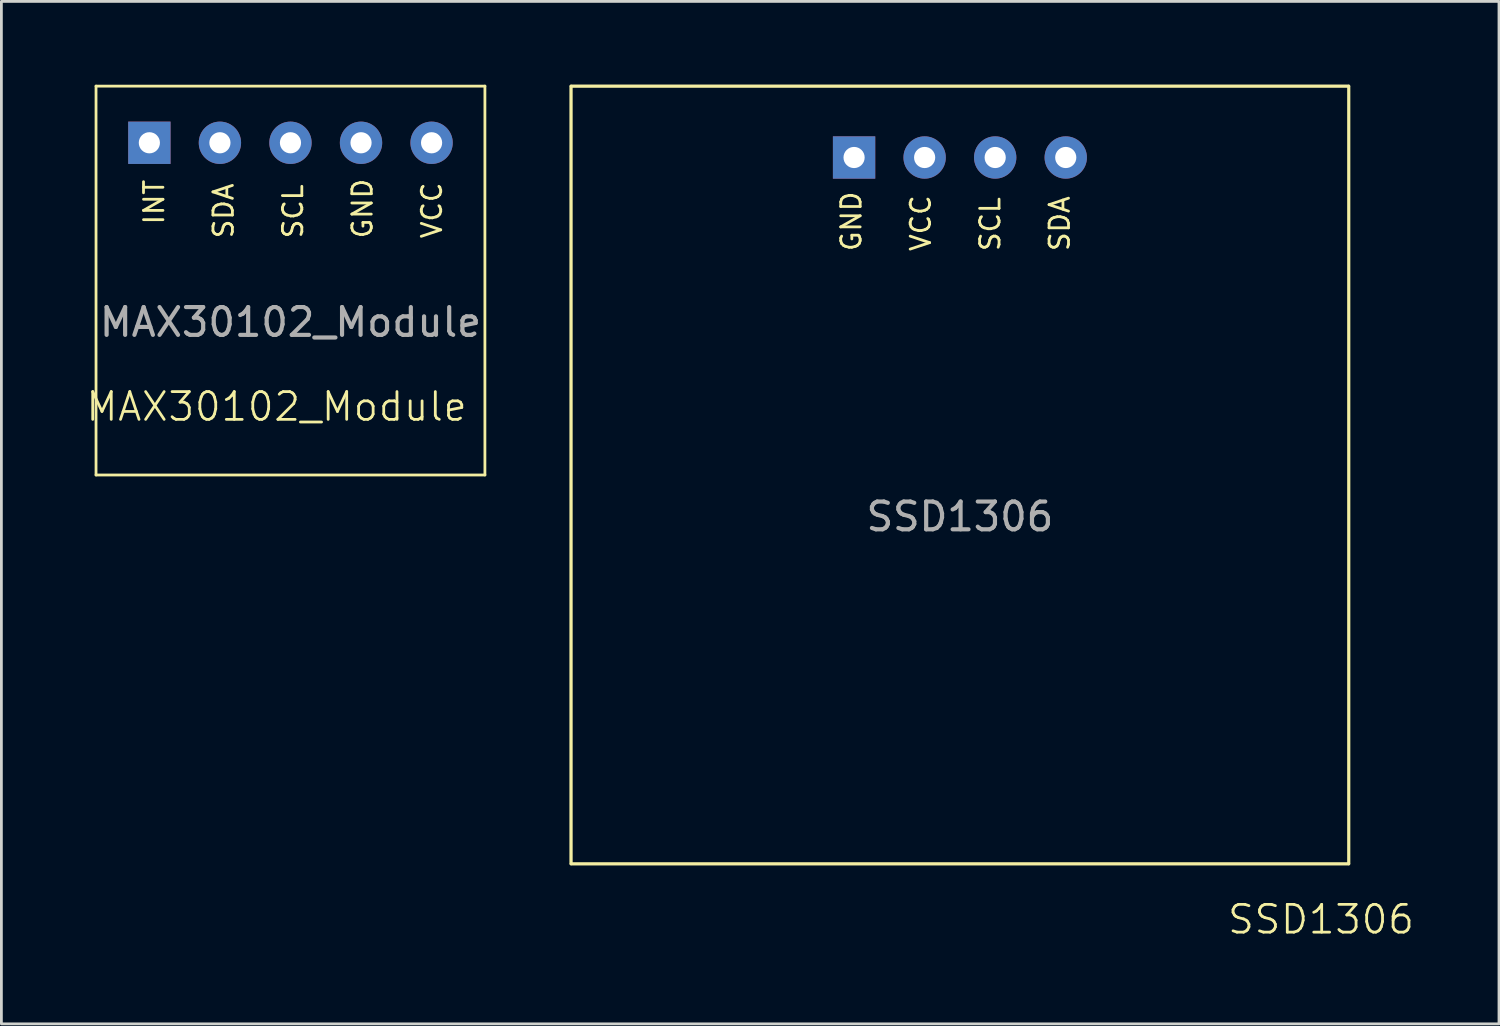
<source format=kicad_pcb>
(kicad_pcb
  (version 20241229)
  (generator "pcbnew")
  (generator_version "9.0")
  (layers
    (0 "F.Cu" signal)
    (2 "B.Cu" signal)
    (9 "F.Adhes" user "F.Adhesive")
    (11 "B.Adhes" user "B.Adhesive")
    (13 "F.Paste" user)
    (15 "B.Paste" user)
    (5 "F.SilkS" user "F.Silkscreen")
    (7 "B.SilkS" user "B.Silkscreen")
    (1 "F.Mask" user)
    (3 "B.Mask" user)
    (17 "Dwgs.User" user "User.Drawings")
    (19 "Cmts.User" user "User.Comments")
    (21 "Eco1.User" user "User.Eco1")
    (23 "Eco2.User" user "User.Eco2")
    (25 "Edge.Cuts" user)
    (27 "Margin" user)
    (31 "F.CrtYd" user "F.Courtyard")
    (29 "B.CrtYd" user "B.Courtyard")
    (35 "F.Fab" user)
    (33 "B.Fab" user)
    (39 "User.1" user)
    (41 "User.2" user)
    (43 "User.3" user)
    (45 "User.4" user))
  (footprint "SSD1306"
    (layer "F.Cu")
    (at 31.507 14.05)
    (property "Reference" "SSD1306" (at 13 16 0) (unlocked yes) (layer "F.SilkS") (effects (font (size 1 1) (thickness 0.1))))
    (attr through_hole)
    (fp_line (start -14 -14) (end 14 -14) (stroke (width 0.1) (type default)) (layer "F.SilkS"))
    (fp_line (start -14 14) (end -14 -14) (stroke (width 0.1) (type default)) (layer "F.SilkS"))
    (fp_line (start 14 -14) (end 14 14) (stroke (width 0.1) (type default)) (layer "F.SilkS"))
    (fp_line (start 14 14) (end -14 14) (stroke (width 0.1) (type default)) (layer "F.SilkS"))
    (fp_rect (start -14 -14) (end 14 14) (stroke (width 0.1) (type default)) (fill no) (layer "F.SilkS"))
    (fp_text user "GND" (at -3.5 -8 90) (unlocked yes) (layer "F.SilkS") (effects (font (size 0.7 0.7) (thickness 0.1)) (justify left bottom)))
    (fp_text user "SCL" (at 1.5 -8 90) (unlocked yes) (layer "F.SilkS") (effects (font (size 0.7 0.7) (thickness 0.1)) (justify left bottom)))
    (fp_text user "VCC" (at -1 -8 90) (unlocked yes) (layer "F.SilkS") (effects (font (size 0.7 0.7) (thickness 0.1)) (justify left bottom)))
    (fp_text user "SDA" (at 4 -8 90) (unlocked yes) (layer "F.SilkS") (effects (font (size 0.7 0.7) (thickness 0.1)) (justify left bottom)))
    (fp_text user "${REFERENCE}" (at 0 1.5 0) (unlocked yes) (layer "F.Fab") (effects (font (size 1 1) (thickness 0.15))))
    (pad "1" thru_hole rect (at -3.81 -11.43) (size 1.524 1.524) (drill 0.762) (layers "*.Cu" "*.Mask"))
    (pad "2" thru_hole circle (at -1.27 -11.43) (size 1.524 1.524) (drill 0.762) (layers "*.Cu" "*.Mask"))
    (pad "3" thru_hole circle (at 1.27 -11.43) (size 1.524 1.524) (drill 0.762) (layers "*.Cu" "*.Mask"))
    (pad "4" thru_hole circle (at 3.81 -11.43) (size 1.524 1.524) (drill 0.762) (layers "*.Cu" "*.Mask"))
    (zone (net_name "") (layer "F.SilkS") (hatch edge 0.5) (connect_pads) (min_thickness 0.25) (filled_areas_thickness no) (keepout (tracks allowed) (vias allowed) (pads not_allowed) (copperpour allowed) (footprints not_allowed)) (placement (enabled no)) (fill) (polygon (pts (xy 17.507 0.05) (xy 45.507 0.05) (xy 45.507 28.05) (xy 17.507 28.05)))))
  (footprint "MAX30102_Module"
    (layer "F.Cu")
    (at 7.407 11.09)
    (property "Reference" "MAX30102_Module" (at -0.5 0.5 0) (unlocked yes) (layer "F.SilkS") (effects (font (size 1 1) (thickness 0.1))))
    (attr through_hole)
    (fp_line (start -7 -11.04) (end 7 -11.04) (stroke (width 0.1) (type default)) (layer "F.SilkS"))
    (fp_line (start -7 2.96) (end -7 -11.04) (stroke (width 0.1) (type default)) (layer "F.SilkS"))
    (fp_line (start 7 -11.04) (end 7 2.96) (stroke (width 0.1) (type default)) (layer "F.SilkS"))
    (fp_line (start 7 2.96) (end -7 2.96) (stroke (width 0.1) (type default)) (layer "F.SilkS"))
    (fp_text user "SCL" (at 0.5 -5.5 90) (unlocked yes) (layer "F.SilkS") (effects (font (size 0.7 0.7) (thickness 0.1)) (justify left bottom)))
    (fp_text user "SDA" (at -2 -5.5 90) (unlocked yes) (layer "F.SilkS") (effects (font (size 0.7 0.7) (thickness 0.1)) (justify left bottom)))
    (fp_text user "VCC" (at 5.5 -5.5 90) (unlocked yes) (layer "F.SilkS") (effects (font (size 0.7 0.7) (thickness 0.1)) (justify left bottom)))
    (fp_text user "GND" (at 3 -5.5 90) (unlocked yes) (layer "F.SilkS") (effects (font (size 0.7 0.7) (thickness 0.1)) (justify left bottom)))
    (fp_text user "INT" (at -4.5 -6 90) (unlocked yes) (layer "F.SilkS") (effects (font (size 0.7 0.7) (thickness 0.1)) (justify left bottom)))
    (fp_text user "${REFERENCE}" (at 0 -2.54 0) (unlocked yes) (layer "F.Fab") (effects (font (size 1 1) (thickness 0.15))))
    (pad "1" thru_hole rect (at -5.08 -9) (size 1.524 1.524) (drill 0.762) (layers "*.Cu" "*.Mask"))
    (pad "2" thru_hole circle (at -2.54 -9) (size 1.524 1.524) (drill 0.762) (layers "*.Cu" "*.Mask"))
    (pad "3" thru_hole circle (at 0 -9) (size 1.524 1.524) (drill 0.762) (layers "*.Cu" "*.Mask"))
    (pad "4" thru_hole circle (at 2.54 -9) (size 1.524 1.524) (drill 0.762) (layers "*.Cu" "*.Mask"))
    (pad "5" thru_hole circle (at 5.08 -9) (size 1.524 1.524) (drill 0.762) (layers "*.Cu" "*.Mask"))
    (zone (net_name "") (layer "F.SilkS") (hatch edge 0.5) (connect_pads) (min_thickness 0.25) (filled_areas_thickness no) (keepout (tracks allowed) (vias allowed) (pads not_allowed) (copperpour allowed) (footprints not_allowed)) (placement (enabled no)) (fill) (polygon (pts (xy 0.407 0.05) (xy 14.407 0.05) (xy 14.407 14.05) (xy 0.407 14.05)))))
  (gr_rect
    (start -3 -3)
    (end 50.914 33.81)
    (stroke (width 0.1) (type default))
    (fill no)
    (layer "Edge.Cuts")))
</source>
